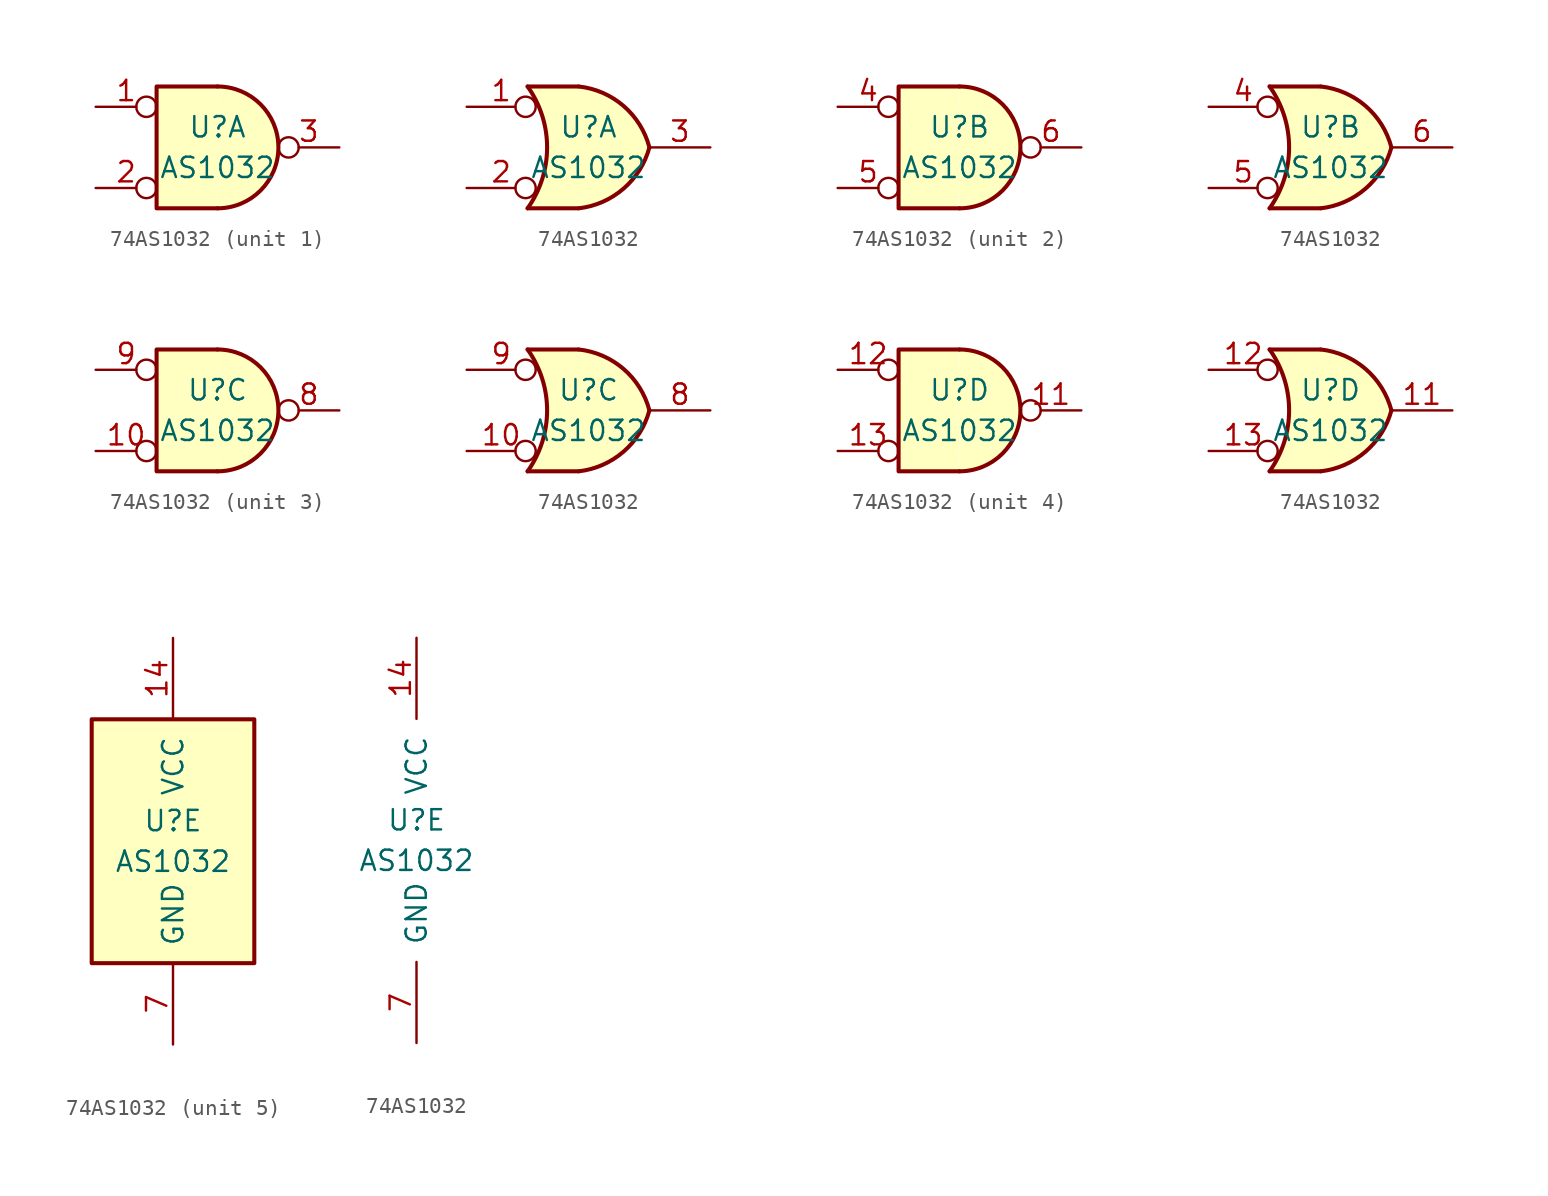
<source format=kicad_sym>
(kicad_symbol_lib
  (version 20231120)
  (generator "kicad_symbol_editor")
  (generator_version "8.0")
  (symbol "74AS1032"
    (pin_names
      (offset 1.016))
    (property "Reference" "U"
      (at 0 1.27 0)
      (effects (font (size 1.27 1.27))))
    (property "Value" "AS1032"
      (at 0 -1.27 0)
      (effects (font (size 1.27 1.27))))
    (property "ki_locked" ""
      (at 0 0 0)
      (effects (font (size 1.27 1.27))))
    (symbol "74AS1032_1_1"
      (arc (start 0 -3.81) (mid 3.7934 0) (end 0 3.81) (stroke (width 0.254) (type solid)) (fill (type background)))
      (polyline (pts (xy 0 3.81) (xy -3.81 3.81) (xy -3.81 -3.81) (xy 0 -3.81)) (stroke (width 0.254) (type solid)) (fill (type background)))
      (pin input inverted (at -7.62 2.54 0) (length 3.81) (name "~" (effects (font (size 1.27 1.27)))) (number "1" (effects (font (size 1.27 1.27)))))
      (pin input inverted (at -7.62 -2.54 0) (length 3.81) (name "~" (effects (font (size 1.27 1.27)))) (number "2" (effects (font (size 1.27 1.27)))))
      (pin output inverted (at 7.62 0 180) (length 3.81) (name "~" (effects (font (size 1.27 1.27)))) (number "3" (effects (font (size 1.27 1.27))))))
    (symbol "74AS1032_1_2"
      (arc (start -3.81 -3.81) (mid -2.589 0) (end -3.81 3.81) (stroke (width 0.254) (type solid)) (fill (type none)))
      (arc (start -0.6096 -3.81) (mid 2.1842 -2.5851) (end 3.81 0) (stroke (width 0.254) (type solid)) (fill (type background)))
      (polyline (pts (xy -3.81 -3.81) (xy -0.635 -3.81)) (stroke (width 0.254) (type solid)) (fill (type background)))
      (polyline (pts (xy -3.81 3.81) (xy -0.635 3.81)) (stroke (width 0.254) (type solid)) (fill (type background)))
      (polyline (pts (xy -0.635 3.81) (xy -3.81 3.81) (xy -3.81 3.81) (xy -3.556 3.404) (xy -3.023 2.261) (xy -2.692 1.041) (xy -2.616 -0.254) (xy -2.769 -1.499) (xy -3.175 -2.718) (xy -3.81 -3.81) (xy -3.81 -3.81) (xy -0.635 -3.81)) (stroke (width -25.4) (type solid)) (fill (type background)))
      (arc (start 3.81 0) (mid 2.1915 2.5936) (end -0.6096 3.81) (stroke (width 0.254) (type solid)) (fill (type background)))
      (pin input inverted (at -7.62 2.54 0) (length 4.318) (name "~" (effects (font (size 1.27 1.27)))) (number "1" (effects (font (size 1.27 1.27)))))
      (pin input inverted (at -7.62 -2.54 0) (length 4.318) (name "~" (effects (font (size 1.27 1.27)))) (number "2" (effects (font (size 1.27 1.27)))))
      (pin output line (at 7.62 0 180) (length 3.81) (name "~" (effects (font (size 1.27 1.27)))) (number "3" (effects (font (size 1.27 1.27))))))
    (symbol "74AS1032_2_1"
      (arc (start 0 -3.81) (mid 3.7934 0) (end 0 3.81) (stroke (width 0.254) (type solid)) (fill (type background)))
      (polyline (pts (xy 0 3.81) (xy -3.81 3.81) (xy -3.81 -3.81) (xy 0 -3.81)) (stroke (width 0.254) (type solid)) (fill (type background)))
      (pin input inverted (at -7.62 2.54 0) (length 3.81) (name "~" (effects (font (size 1.27 1.27)))) (number "4" (effects (font (size 1.27 1.27)))))
      (pin input inverted (at -7.62 -2.54 0) (length 3.81) (name "~" (effects (font (size 1.27 1.27)))) (number "5" (effects (font (size 1.27 1.27)))))
      (pin output inverted (at 7.62 0 180) (length 3.81) (name "~" (effects (font (size 1.27 1.27)))) (number "6" (effects (font (size 1.27 1.27))))))
    (symbol "74AS1032_2_2"
      (arc (start -3.81 -3.81) (mid -2.589 0) (end -3.81 3.81) (stroke (width 0.254) (type solid)) (fill (type none)))
      (arc (start -0.6096 -3.81) (mid 2.1842 -2.5851) (end 3.81 0) (stroke (width 0.254) (type solid)) (fill (type background)))
      (polyline (pts (xy -3.81 -3.81) (xy -0.635 -3.81)) (stroke (width 0.254) (type solid)) (fill (type background)))
      (polyline (pts (xy -3.81 3.81) (xy -0.635 3.81)) (stroke (width 0.254) (type solid)) (fill (type background)))
      (polyline (pts (xy -0.635 3.81) (xy -3.81 3.81) (xy -3.81 3.81) (xy -3.556 3.404) (xy -3.023 2.261) (xy -2.692 1.041) (xy -2.616 -0.254) (xy -2.769 -1.499) (xy -3.175 -2.718) (xy -3.81 -3.81) (xy -3.81 -3.81) (xy -0.635 -3.81)) (stroke (width -25.4) (type solid)) (fill (type background)))
      (arc (start 3.81 0) (mid 2.1915 2.5936) (end -0.6096 3.81) (stroke (width 0.254) (type solid)) (fill (type background)))
      (pin input inverted (at -7.62 2.54 0) (length 4.318) (name "~" (effects (font (size 1.27 1.27)))) (number "4" (effects (font (size 1.27 1.27)))))
      (pin input inverted (at -7.62 -2.54 0) (length 4.318) (name "~" (effects (font (size 1.27 1.27)))) (number "5" (effects (font (size 1.27 1.27)))))
      (pin output line (at 7.62 0 180) (length 3.81) (name "~" (effects (font (size 1.27 1.27)))) (number "6" (effects (font (size 1.27 1.27))))))
    (symbol "74AS1032_3_1"
      (arc (start 0 -3.81) (mid 3.7934 0) (end 0 3.81) (stroke (width 0.254) (type solid)) (fill (type background)))
      (polyline (pts (xy 0 3.81) (xy -3.81 3.81) (xy -3.81 -3.81) (xy 0 -3.81)) (stroke (width 0.254) (type solid)) (fill (type background)))
      (pin input inverted (at -7.62 -2.54 0) (length 3.81) (name "~" (effects (font (size 1.27 1.27)))) (number "10" (effects (font (size 1.27 1.27)))))
      (pin output inverted (at 7.62 0 180) (length 3.81) (name "~" (effects (font (size 1.27 1.27)))) (number "8" (effects (font (size 1.27 1.27)))))
      (pin input inverted (at -7.62 2.54 0) (length 3.81) (name "~" (effects (font (size 1.27 1.27)))) (number "9" (effects (font (size 1.27 1.27))))))
    (symbol "74AS1032_3_2"
      (arc (start -3.81 -3.81) (mid -2.589 0) (end -3.81 3.81) (stroke (width 0.254) (type solid)) (fill (type none)))
      (arc (start -0.6096 -3.81) (mid 2.1842 -2.5851) (end 3.81 0) (stroke (width 0.254) (type solid)) (fill (type background)))
      (polyline (pts (xy -3.81 -3.81) (xy -0.635 -3.81)) (stroke (width 0.254) (type solid)) (fill (type background)))
      (polyline (pts (xy -3.81 3.81) (xy -0.635 3.81)) (stroke (width 0.254) (type solid)) (fill (type background)))
      (polyline (pts (xy -0.635 3.81) (xy -3.81 3.81) (xy -3.81 3.81) (xy -3.556 3.404) (xy -3.023 2.261) (xy -2.692 1.041) (xy -2.616 -0.254) (xy -2.769 -1.499) (xy -3.175 -2.718) (xy -3.81 -3.81) (xy -3.81 -3.81) (xy -0.635 -3.81)) (stroke (width -25.4) (type solid)) (fill (type background)))
      (arc (start 3.81 0) (mid 2.1915 2.5936) (end -0.6096 3.81) (stroke (width 0.254) (type solid)) (fill (type background)))
      (pin input inverted (at -7.62 -2.54 0) (length 4.318) (name "~" (effects (font (size 1.27 1.27)))) (number "10" (effects (font (size 1.27 1.27)))))
      (pin output line (at 7.62 0 180) (length 3.81) (name "~" (effects (font (size 1.27 1.27)))) (number "8" (effects (font (size 1.27 1.27)))))
      (pin input inverted (at -7.62 2.54 0) (length 4.318) (name "~" (effects (font (size 1.27 1.27)))) (number "9" (effects (font (size 1.27 1.27))))))
    (symbol "74AS1032_4_1"
      (arc (start 0 -3.81) (mid 3.7934 0) (end 0 3.81) (stroke (width 0.254) (type solid)) (fill (type background)))
      (polyline (pts (xy 0 3.81) (xy -3.81 3.81) (xy -3.81 -3.81) (xy 0 -3.81)) (stroke (width 0.254) (type solid)) (fill (type background)))
      (pin output inverted (at 7.62 0 180) (length 3.81) (name "~" (effects (font (size 1.27 1.27)))) (number "11" (effects (font (size 1.27 1.27)))))
      (pin input inverted (at -7.62 2.54 0) (length 3.81) (name "~" (effects (font (size 1.27 1.27)))) (number "12" (effects (font (size 1.27 1.27)))))
      (pin input inverted (at -7.62 -2.54 0) (length 3.81) (name "~" (effects (font (size 1.27 1.27)))) (number "13" (effects (font (size 1.27 1.27))))))
    (symbol "74AS1032_4_2"
      (arc (start -3.81 -3.81) (mid -2.589 0) (end -3.81 3.81) (stroke (width 0.254) (type solid)) (fill (type none)))
      (arc (start -0.6096 -3.81) (mid 2.1842 -2.5851) (end 3.81 0) (stroke (width 0.254) (type solid)) (fill (type background)))
      (polyline (pts (xy -3.81 -3.81) (xy -0.635 -3.81)) (stroke (width 0.254) (type solid)) (fill (type background)))
      (polyline (pts (xy -3.81 3.81) (xy -0.635 3.81)) (stroke (width 0.254) (type solid)) (fill (type background)))
      (polyline (pts (xy -0.635 3.81) (xy -3.81 3.81) (xy -3.81 3.81) (xy -3.556 3.404) (xy -3.023 2.261) (xy -2.692 1.041) (xy -2.616 -0.254) (xy -2.769 -1.499) (xy -3.175 -2.718) (xy -3.81 -3.81) (xy -3.81 -3.81) (xy -0.635 -3.81)) (stroke (width -25.4) (type solid)) (fill (type background)))
      (arc (start 3.81 0) (mid 2.1915 2.5936) (end -0.6096 3.81) (stroke (width 0.254) (type solid)) (fill (type background)))
      (pin output line (at 7.62 0 180) (length 3.81) (name "~" (effects (font (size 1.27 1.27)))) (number "11" (effects (font (size 1.27 1.27)))))
      (pin input inverted (at -7.62 2.54 0) (length 4.318) (name "~" (effects (font (size 1.27 1.27)))) (number "12" (effects (font (size 1.27 1.27)))))
      (pin input inverted (at -7.62 -2.54 0) (length 4.318) (name "~" (effects (font (size 1.27 1.27)))) (number "13" (effects (font (size 1.27 1.27))))))
    (symbol "74AS1032_5_0"
      (pin power_in line (at 0 12.7 270) (length 5.08) (name "VCC" (effects (font (size 1.27 1.27)))) (number "14" (effects (font (size 1.27 1.27)))))
      (pin power_in line (at 0 -12.7 90) (length 5.08) (name "GND" (effects (font (size 1.27 1.27)))) (number "7" (effects (font (size 1.27 1.27))))))
    (symbol "74AS1032_5_1"
      (rectangle (start -5.08 7.62) (end 5.08 -7.62) (stroke (width 0.254) (type solid)) (fill (type background))))))
</source>
